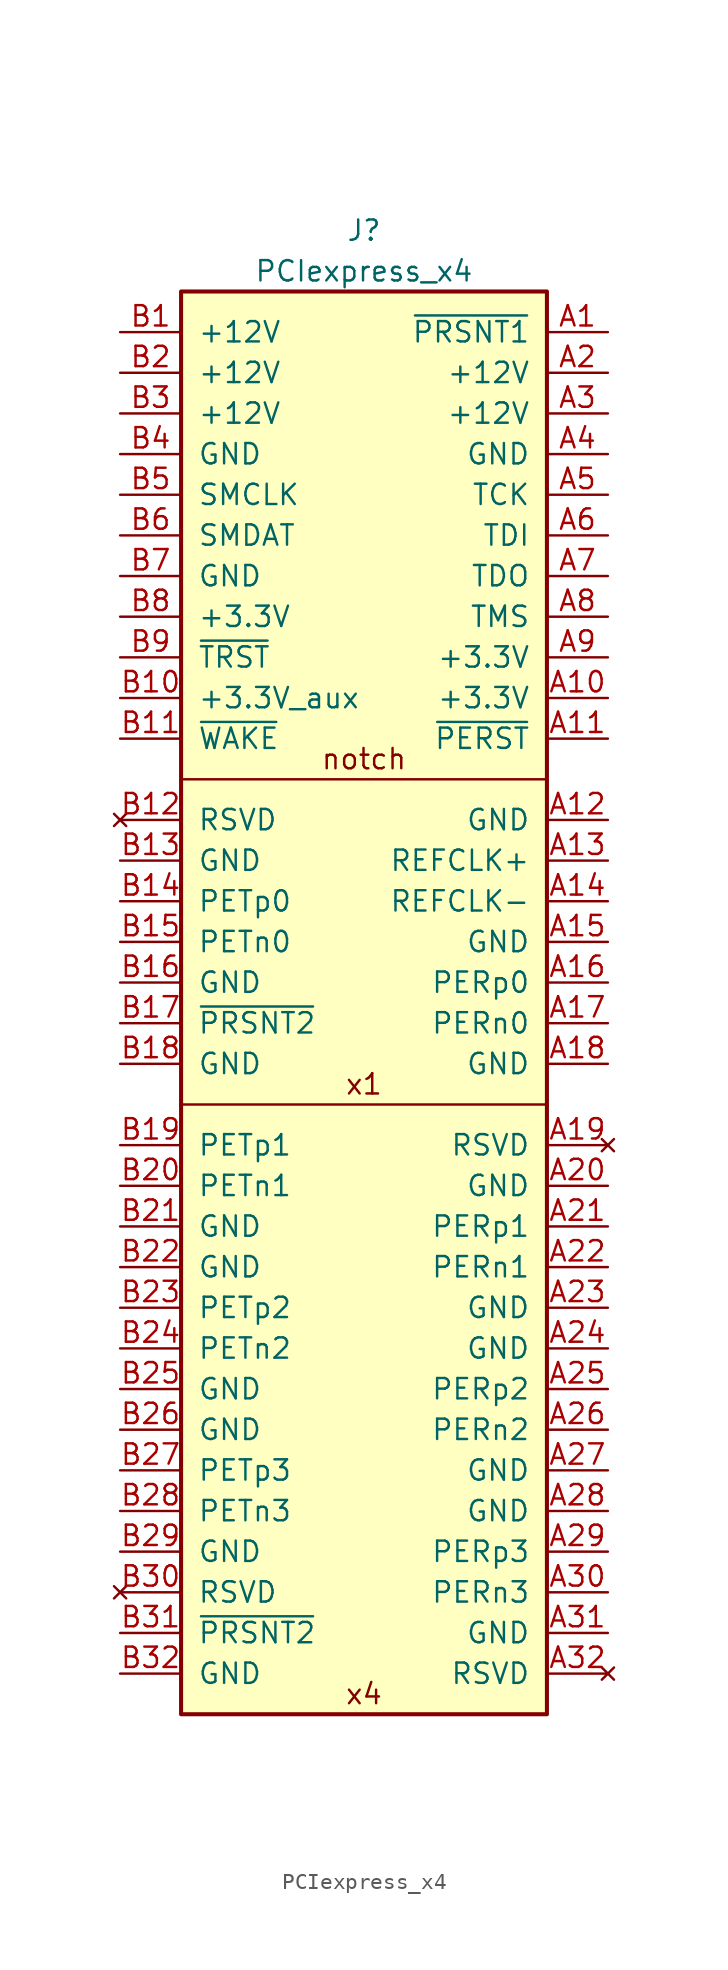
<source format=kicad_sym>
(kicad_symbol_lib
  (version 20241209)
  (generator "kicad_symbol_editor")
  (generator_version "9.0")
  (symbol "PCIexpress_x4"
    (pin_names
      (offset 1.016))
    (property "Reference" "J"
      (at 0 3.81 0)
      (effects (font (size 1.27 1.27))))
    (property "Value" "PCIexpress_x4"
      (at 0 1.27 0)
      (effects (font (size 1.27 1.27))))
    (symbol "PCIexpress_x4_0_0"
      (text "notch" (at 0 -29.21 0) (effects (font (size 1.27 1.27))))
      (text "x1" (at 0 -49.53 0) (effects (font (size 1.27 1.27))))
      (text "x4" (at 0 -87.63 0) (effects (font (size 1.27 1.27)))))
    (symbol "PCIexpress_x4_0_1"
      (polyline (pts (xy 11.43 -30.48) (xy -11.43 -30.48)) (stroke (width 0) (type default)) (fill (type none)))
      (polyline (pts (xy 11.43 -50.8) (xy -11.43 -50.8)) (stroke (width 0) (type default)) (fill (type none))))
    (symbol "PCIexpress_x4_1_1"
      (rectangle (start 11.43 0) (end -11.43 -88.9) (stroke (width 0.254) (type default)) (fill (type background)))
      (pin power_out line (at -15.24 -2.54 0) (length 3.81) (name "+12V" (effects (font (size 1.27 1.27)))) (number "B1" (effects (font (size 1.27 1.27)))))
      (pin power_out line (at -15.24 -5.08 0) (length 3.81) (name "+12V" (effects (font (size 1.27 1.27)))) (number "B2" (effects (font (size 1.27 1.27)))))
      (pin power_out line (at -15.24 -7.62 0) (length 3.81) (name "+12V" (effects (font (size 1.27 1.27)))) (number "B3" (effects (font (size 1.27 1.27)))))
      (pin power_out line (at -15.24 -10.16 0) (length 3.81) (name "GND" (effects (font (size 1.27 1.27)))) (number "B4" (effects (font (size 1.27 1.27)))))
      (pin open_collector line (at -15.24 -12.7 0) (length 3.81) (name "SMCLK" (effects (font (size 1.27 1.27)))) (number "B5" (effects (font (size 1.27 1.27)))))
      (pin open_collector line (at -15.24 -15.24 0) (length 3.81) (name "SMDAT" (effects (font (size 1.27 1.27)))) (number "B6" (effects (font (size 1.27 1.27)))))
      (pin power_out line (at -15.24 -17.78 0) (length 3.81) (name "GND" (effects (font (size 1.27 1.27)))) (number "B7" (effects (font (size 1.27 1.27)))))
      (pin power_out line (at -15.24 -20.32 0) (length 3.81) (name "+3.3V" (effects (font (size 1.27 1.27)))) (number "B8" (effects (font (size 1.27 1.27)))))
      (pin output line (at -15.24 -22.86 0) (length 3.81) (name "~{TRST}" (effects (font (size 1.27 1.27)))) (number "B9" (effects (font (size 1.27 1.27)))))
      (pin power_out line (at -15.24 -25.4 0) (length 3.81) (name "+3.3V_aux" (effects (font (size 1.27 1.27)))) (number "B10" (effects (font (size 1.27 1.27)))))
      (pin open_collector line (at -15.24 -27.94 0) (length 3.81) (name "~{WAKE}" (effects (font (size 1.27 1.27)))) (number "B11" (effects (font (size 1.27 1.27)))))
      (pin no_connect line (at -15.24 -33.02 0) (length 3.81) (name "RSVD" (effects (font (size 1.27 1.27)))) (number "B12" (effects (font (size 1.27 1.27)))))
      (pin power_out line (at -15.24 -35.56 0) (length 3.81) (name "GND" (effects (font (size 1.27 1.27)))) (number "B13" (effects (font (size 1.27 1.27)))))
      (pin output line (at -15.24 -38.1 0) (length 3.81) (name "PETp0" (effects (font (size 1.27 1.27)))) (number "B14" (effects (font (size 1.27 1.27)))))
      (pin output line (at -15.24 -40.64 0) (length 3.81) (name "PETn0" (effects (font (size 1.27 1.27)))) (number "B15" (effects (font (size 1.27 1.27)))))
      (pin power_out line (at -15.24 -43.18 0) (length 3.81) (name "GND" (effects (font (size 1.27 1.27)))) (number "B16" (effects (font (size 1.27 1.27)))))
      (pin passive line (at -15.24 -45.72 0) (length 3.81) (name "~{PRSNT2}" (effects (font (size 1.27 1.27)))) (number "B17" (effects (font (size 1.27 1.27)))))
      (pin power_out line (at -15.24 -48.26 0) (length 3.81) (name "GND" (effects (font (size 1.27 1.27)))) (number "B18" (effects (font (size 1.27 1.27)))))
      (pin output line (at -15.24 -53.34 0) (length 3.81) (name "PETp1" (effects (font (size 1.27 1.27)))) (number "B19" (effects (font (size 1.27 1.27)))))
      (pin output line (at -15.24 -55.88 0) (length 3.81) (name "PETn1" (effects (font (size 1.27 1.27)))) (number "B20" (effects (font (size 1.27 1.27)))))
      (pin power_out line (at -15.24 -58.42 0) (length 3.81) (name "GND" (effects (font (size 1.27 1.27)))) (number "B21" (effects (font (size 1.27 1.27)))))
      (pin power_out line (at -15.24 -60.96 0) (length 3.81) (name "GND" (effects (font (size 1.27 1.27)))) (number "B22" (effects (font (size 1.27 1.27)))))
      (pin output line (at -15.24 -63.5 0) (length 3.81) (name "PETp2" (effects (font (size 1.27 1.27)))) (number "B23" (effects (font (size 1.27 1.27)))))
      (pin output line (at -15.24 -66.04 0) (length 3.81) (name "PETn2" (effects (font (size 1.27 1.27)))) (number "B24" (effects (font (size 1.27 1.27)))))
      (pin power_out line (at -15.24 -68.58 0) (length 3.81) (name "GND" (effects (font (size 1.27 1.27)))) (number "B25" (effects (font (size 1.27 1.27)))))
      (pin power_out line (at -15.24 -71.12 0) (length 3.81) (name "GND" (effects (font (size 1.27 1.27)))) (number "B26" (effects (font (size 1.27 1.27)))))
      (pin output line (at -15.24 -73.66 0) (length 3.81) (name "PETp3" (effects (font (size 1.27 1.27)))) (number "B27" (effects (font (size 1.27 1.27)))))
      (pin output line (at -15.24 -76.2 0) (length 3.81) (name "PETn3" (effects (font (size 1.27 1.27)))) (number "B28" (effects (font (size 1.27 1.27)))))
      (pin power_out line (at -15.24 -78.74 0) (length 3.81) (name "GND" (effects (font (size 1.27 1.27)))) (number "B29" (effects (font (size 1.27 1.27)))))
      (pin no_connect line (at -15.24 -81.28 0) (length 3.81) (name "RSVD" (effects (font (size 1.27 1.27)))) (number "B30" (effects (font (size 1.27 1.27)))))
      (pin passive line (at -15.24 -83.82 0) (length 3.81) (name "~{PRSNT2}" (effects (font (size 1.27 1.27)))) (number "B31" (effects (font (size 1.27 1.27)))))
      (pin power_out line (at -15.24 -86.36 0) (length 3.81) (name "GND" (effects (font (size 1.27 1.27)))) (number "B32" (effects (font (size 1.27 1.27)))))
      (pin passive line (at 15.24 -2.54 180) (length 3.81) (name "~{PRSNT1}" (effects (font (size 1.27 1.27)))) (number "A1" (effects (font (size 1.27 1.27)))))
      (pin power_out line (at 15.24 -5.08 180) (length 3.81) (name "+12V" (effects (font (size 1.27 1.27)))) (number "A2" (effects (font (size 1.27 1.27)))))
      (pin power_out line (at 15.24 -7.62 180) (length 3.81) (name "+12V" (effects (font (size 1.27 1.27)))) (number "A3" (effects (font (size 1.27 1.27)))))
      (pin power_out line (at 15.24 -10.16 180) (length 3.81) (name "GND" (effects (font (size 1.27 1.27)))) (number "A4" (effects (font (size 1.27 1.27)))))
      (pin output line (at 15.24 -12.7 180) (length 3.81) (name "TCK" (effects (font (size 1.27 1.27)))) (number "A5" (effects (font (size 1.27 1.27)))))
      (pin output line (at 15.24 -15.24 180) (length 3.81) (name "TDI" (effects (font (size 1.27 1.27)))) (number "A6" (effects (font (size 1.27 1.27)))))
      (pin input line (at 15.24 -17.78 180) (length 3.81) (name "TDO" (effects (font (size 1.27 1.27)))) (number "A7" (effects (font (size 1.27 1.27)))))
      (pin output line (at 15.24 -20.32 180) (length 3.81) (name "TMS" (effects (font (size 1.27 1.27)))) (number "A8" (effects (font (size 1.27 1.27)))))
      (pin power_out line (at 15.24 -22.86 180) (length 3.81) (name "+3.3V" (effects (font (size 1.27 1.27)))) (number "A9" (effects (font (size 1.27 1.27)))))
      (pin power_out line (at 15.24 -25.4 180) (length 3.81) (name "+3.3V" (effects (font (size 1.27 1.27)))) (number "A10" (effects (font (size 1.27 1.27)))))
      (pin output line (at 15.24 -27.94 180) (length 3.81) (name "~{PERST}" (effects (font (size 1.27 1.27)))) (number "A11" (effects (font (size 1.27 1.27)))))
      (pin power_out line (at 15.24 -33.02 180) (length 3.81) (name "GND" (effects (font (size 1.27 1.27)))) (number "A12" (effects (font (size 1.27 1.27)))))
      (pin output line (at 15.24 -35.56 180) (length 3.81) (name "REFCLK+" (effects (font (size 1.27 1.27)))) (number "A13" (effects (font (size 1.27 1.27)))))
      (pin output line (at 15.24 -38.1 180) (length 3.81) (name "REFCLK-" (effects (font (size 1.27 1.27)))) (number "A14" (effects (font (size 1.27 1.27)))))
      (pin power_out line (at 15.24 -40.64 180) (length 3.81) (name "GND" (effects (font (size 1.27 1.27)))) (number "A15" (effects (font (size 1.27 1.27)))))
      (pin input line (at 15.24 -43.18 180) (length 3.81) (name "PERp0" (effects (font (size 1.27 1.27)))) (number "A16" (effects (font (size 1.27 1.27)))))
      (pin input line (at 15.24 -45.72 180) (length 3.81) (name "PERn0" (effects (font (size 1.27 1.27)))) (number "A17" (effects (font (size 1.27 1.27)))))
      (pin power_out line (at 15.24 -48.26 180) (length 3.81) (name "GND" (effects (font (size 1.27 1.27)))) (number "A18" (effects (font (size 1.27 1.27)))))
      (pin no_connect line (at 15.24 -53.34 180) (length 3.81) (name "RSVD" (effects (font (size 1.27 1.27)))) (number "A19" (effects (font (size 1.27 1.27)))))
      (pin power_out line (at 15.24 -55.88 180) (length 3.81) (name "GND" (effects (font (size 1.27 1.27)))) (number "A20" (effects (font (size 1.27 1.27)))))
      (pin input line (at 15.24 -58.42 180) (length 3.81) (name "PERp1" (effects (font (size 1.27 1.27)))) (number "A21" (effects (font (size 1.27 1.27)))))
      (pin input line (at 15.24 -60.96 180) (length 3.81) (name "PERn1" (effects (font (size 1.27 1.27)))) (number "A22" (effects (font (size 1.27 1.27)))))
      (pin power_out line (at 15.24 -63.5 180) (length 3.81) (name "GND" (effects (font (size 1.27 1.27)))) (number "A23" (effects (font (size 1.27 1.27)))))
      (pin power_out line (at 15.24 -66.04 180) (length 3.81) (name "GND" (effects (font (size 1.27 1.27)))) (number "A24" (effects (font (size 1.27 1.27)))))
      (pin input line (at 15.24 -68.58 180) (length 3.81) (name "PERp2" (effects (font (size 1.27 1.27)))) (number "A25" (effects (font (size 1.27 1.27)))))
      (pin input line (at 15.24 -71.12 180) (length 3.81) (name "PERn2" (effects (font (size 1.27 1.27)))) (number "A26" (effects (font (size 1.27 1.27)))))
      (pin power_out line (at 15.24 -73.66 180) (length 3.81) (name "GND" (effects (font (size 1.27 1.27)))) (number "A27" (effects (font (size 1.27 1.27)))))
      (pin power_out line (at 15.24 -76.2 180) (length 3.81) (name "GND" (effects (font (size 1.27 1.27)))) (number "A28" (effects (font (size 1.27 1.27)))))
      (pin input line (at 15.24 -78.74 180) (length 3.81) (name "PERp3" (effects (font (size 1.27 1.27)))) (number "A29" (effects (font (size 1.27 1.27)))))
      (pin input line (at 15.24 -81.28 180) (length 3.81) (name "PERn3" (effects (font (size 1.27 1.27)))) (number "A30" (effects (font (size 1.27 1.27)))))
      (pin power_out line (at 15.24 -83.82 180) (length 3.81) (name "GND" (effects (font (size 1.27 1.27)))) (number "A31" (effects (font (size 1.27 1.27)))))
      (pin no_connect line (at 15.24 -86.36 180) (length 3.81) (name "RSVD" (effects (font (size 1.27 1.27)))) (number "A32" (effects (font (size 1.27 1.27))))))))
</source>
